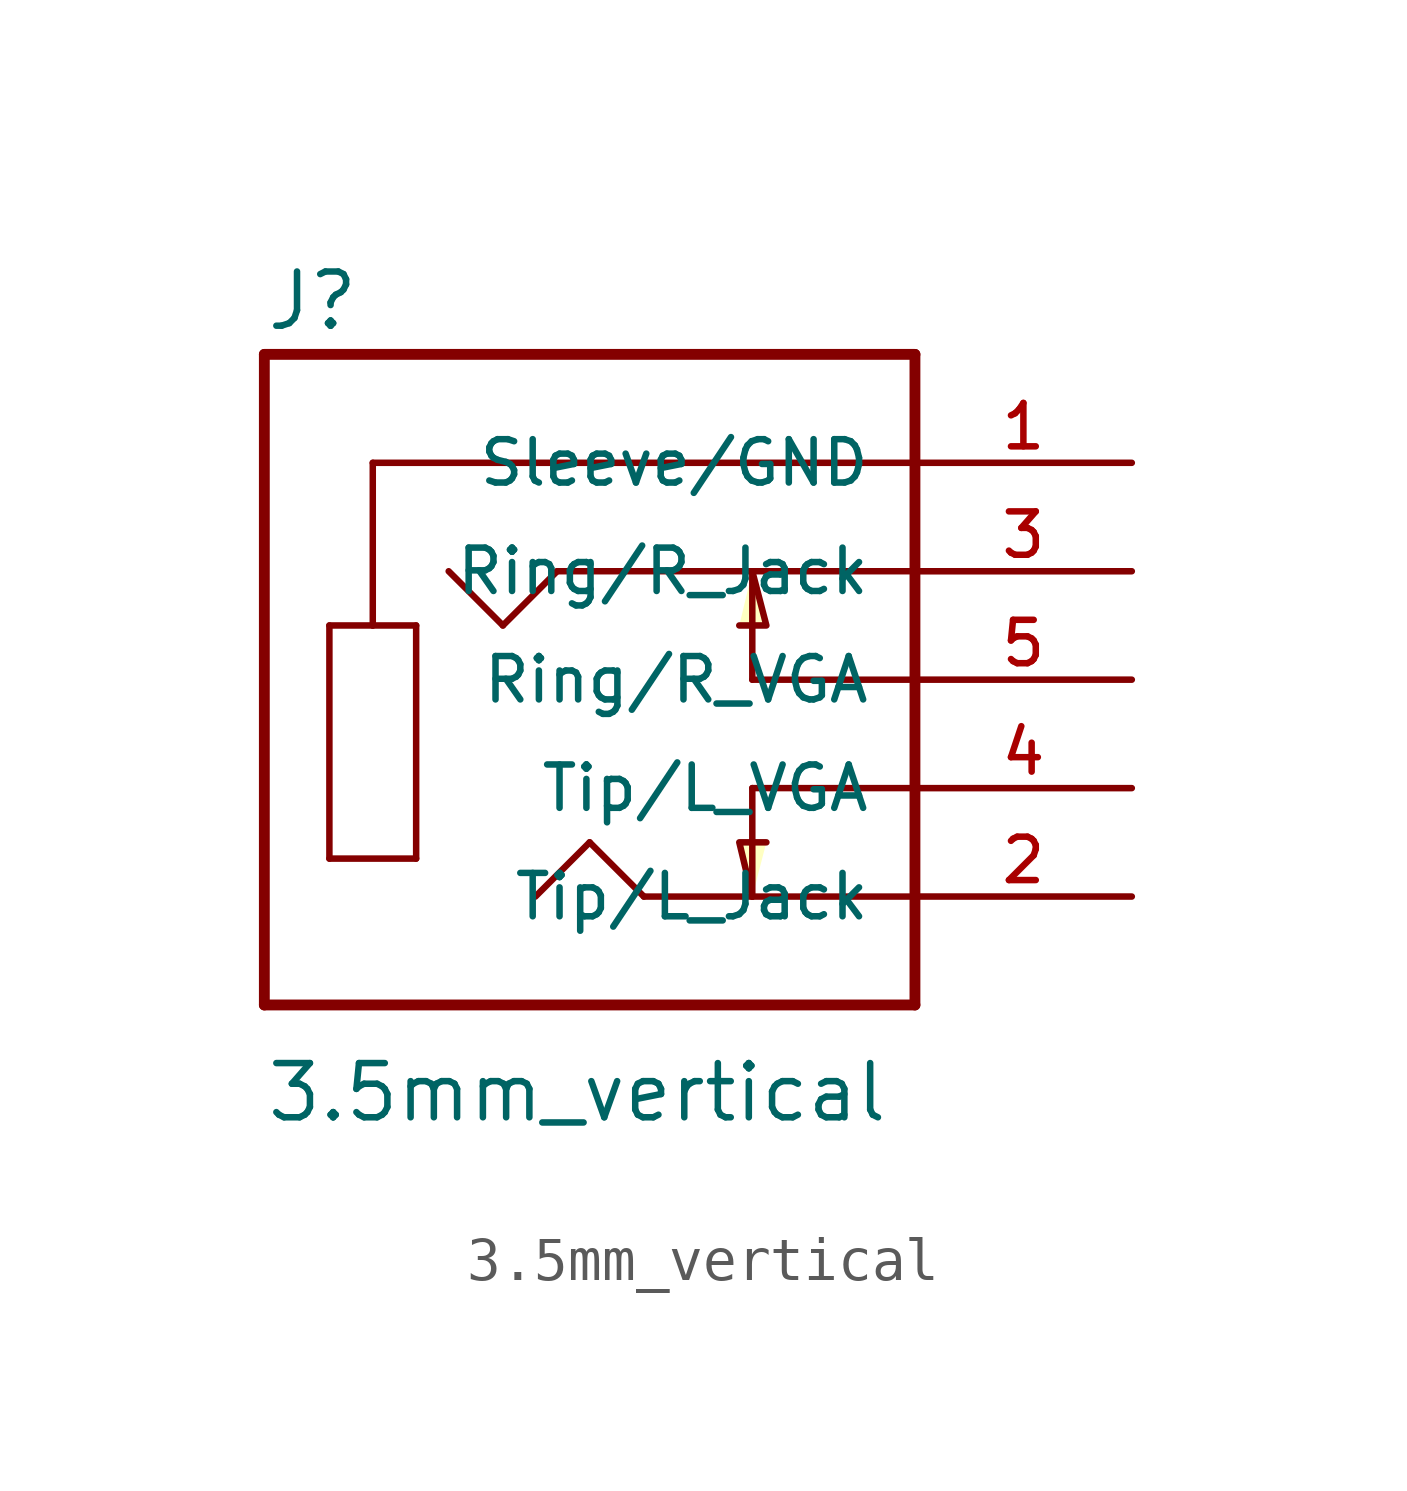
<source format=kicad_sym>
(kicad_symbol_lib
  (version 20241209)
  (generator "kicad_symbol_editor")
  (generator_version "9.0")
  (symbol "3.5mm_vertical"
    (pin_names
      (offset 1.016))
    (property "Reference" "J"
      (at -7.62 8.128 0)
      (effects (font (size 1.27 1.27)) (justify left bottom)))
    (property "Value" "3.5mm_vertical"
      (at -7.62 -10.414 0)
      (effects (font (size 1.27 1.27)) (justify left bottom)))
    (symbol "3.5mm_vertical_0_0"
      (polyline (pts (xy -7.62 7.62) (xy 7.62 7.62)) (stroke (width 0.254) (type solid)) (fill (type none)))
      (polyline (pts (xy -7.62 -7.62) (xy -7.62 7.62)) (stroke (width 0.254) (type solid)) (fill (type none)))
      (polyline (pts (xy -6.096 1.27) (xy -5.08 1.27)) (stroke (width 0.152) (type solid)) (fill (type none)))
      (polyline (pts (xy -6.096 -4.191) (xy -6.096 1.27)) (stroke (width 0.152) (type solid)) (fill (type none)))
      (polyline (pts (xy -5.08 5.08) (xy -5.08 1.27)) (stroke (width 0.152) (type solid)) (fill (type none)))
      (polyline (pts (xy -5.08 1.27) (xy -4.064 1.27)) (stroke (width 0.152) (type solid)) (fill (type none)))
      (polyline (pts (xy -4.064 1.27) (xy -4.064 -4.191)) (stroke (width 0.152) (type solid)) (fill (type none)))
      (polyline (pts (xy -4.064 -4.191) (xy -6.096 -4.191)) (stroke (width 0.152) (type solid)) (fill (type none)))
      (polyline (pts (xy -2.032 1.27) (xy -3.302 2.54)) (stroke (width 0.152) (type solid)) (fill (type none)))
      (polyline (pts (xy -0.762 2.54) (xy -2.032 1.27)) (stroke (width 0.152) (type solid)) (fill (type none)))
      (polyline (pts (xy 0 -3.81) (xy -1.27 -5.08)) (stroke (width 0.152) (type solid)) (fill (type none)))
      (polyline (pts (xy 1.27 -5.08) (xy 0 -3.81)) (stroke (width 0.152) (type solid)) (fill (type none)))
      (polyline (pts (xy 3.81 2.54) (xy -0.762 2.54)) (stroke (width 0.152) (type solid)) (fill (type none)))
      (polyline (pts (xy 3.81 2.54) (xy 4.14 1.27) (xy 3.505 1.27)) (stroke (width 0.152) (type solid)) (fill (type background)))
      (polyline (pts (xy 3.81 0) (xy 3.81 2.54)) (stroke (width 0.152) (type solid)) (fill (type none)))
      (polyline (pts (xy 3.81 -5.08) (xy 1.27 -5.08)) (stroke (width 0.152) (type solid)) (fill (type none)))
      (polyline (pts (xy 3.81 -5.08) (xy 3.81 -2.54)) (stroke (width 0.152) (type solid)) (fill (type none)))
      (polyline (pts (xy 3.81 -5.08) (xy 3.505 -3.81) (xy 4.14 -3.81)) (stroke (width 0.152) (type solid)) (fill (type background)))
      (polyline (pts (xy 7.62 7.62) (xy 7.62 5.08)) (stroke (width 0.254) (type solid)) (fill (type none)))
      (polyline (pts (xy 7.62 5.08) (xy -5.08 5.08)) (stroke (width 0.152) (type solid)) (fill (type none)))
      (polyline (pts (xy 7.62 5.08) (xy 7.62 2.54)) (stroke (width 0.254) (type solid)) (fill (type none)))
      (polyline (pts (xy 7.62 2.54) (xy 3.81 2.54)) (stroke (width 0.152) (type solid)) (fill (type none)))
      (polyline (pts (xy 7.62 2.54) (xy 7.62 0)) (stroke (width 0.254) (type solid)) (fill (type none)))
      (polyline (pts (xy 7.62 0) (xy 3.81 0)) (stroke (width 0.152) (type solid)) (fill (type none)))
      (polyline (pts (xy 7.62 0) (xy 7.62 -2.54)) (stroke (width 0.254) (type solid)) (fill (type none)))
      (polyline (pts (xy 7.62 -2.54) (xy 3.81 -2.54)) (stroke (width 0.152) (type solid)) (fill (type none)))
      (polyline (pts (xy 7.62 -2.54) (xy 7.62 -5.08)) (stroke (width 0.254) (type solid)) (fill (type none)))
      (polyline (pts (xy 7.62 -5.08) (xy 3.81 -5.08)) (stroke (width 0.152) (type solid)) (fill (type none)))
      (polyline (pts (xy 7.62 -5.08) (xy 7.62 -7.62)) (stroke (width 0.254) (type solid)) (fill (type none)))
      (polyline (pts (xy 7.62 -7.62) (xy -7.62 -7.62)) (stroke (width 0.254) (type solid)) (fill (type none)))
      (pin passive line (at 12.7 5.08 180) (length 5.08) (name "Sleeve/GND" (effects (font (size 1.016 1.016)))) (number "1" (effects (font (size 1.016 1.016)))))
      (pin passive line (at 12.7 2.54 180) (length 5.08) (name "Ring/R_Jack" (effects (font (size 1.016 1.016)))) (number "3" (effects (font (size 1.016 1.016)))))
      (pin passive line (at 12.7 0 180) (length 5.08) (name "Ring/R_VGA" (effects (font (size 1.016 1.016)))) (number "5" (effects (font (size 1.016 1.016)))))
      (pin passive line (at 12.7 -2.54 180) (length 5.08) (name "Tip/L_VGA" (effects (font (size 1.016 1.016)))) (number "4" (effects (font (size 1.016 1.016)))))
      (pin passive line (at 12.7 -5.08 180) (length 5.08) (name "Tip/L_Jack" (effects (font (size 1.016 1.016)))) (number "2" (effects (font (size 1.016 1.016))))))))
</source>
